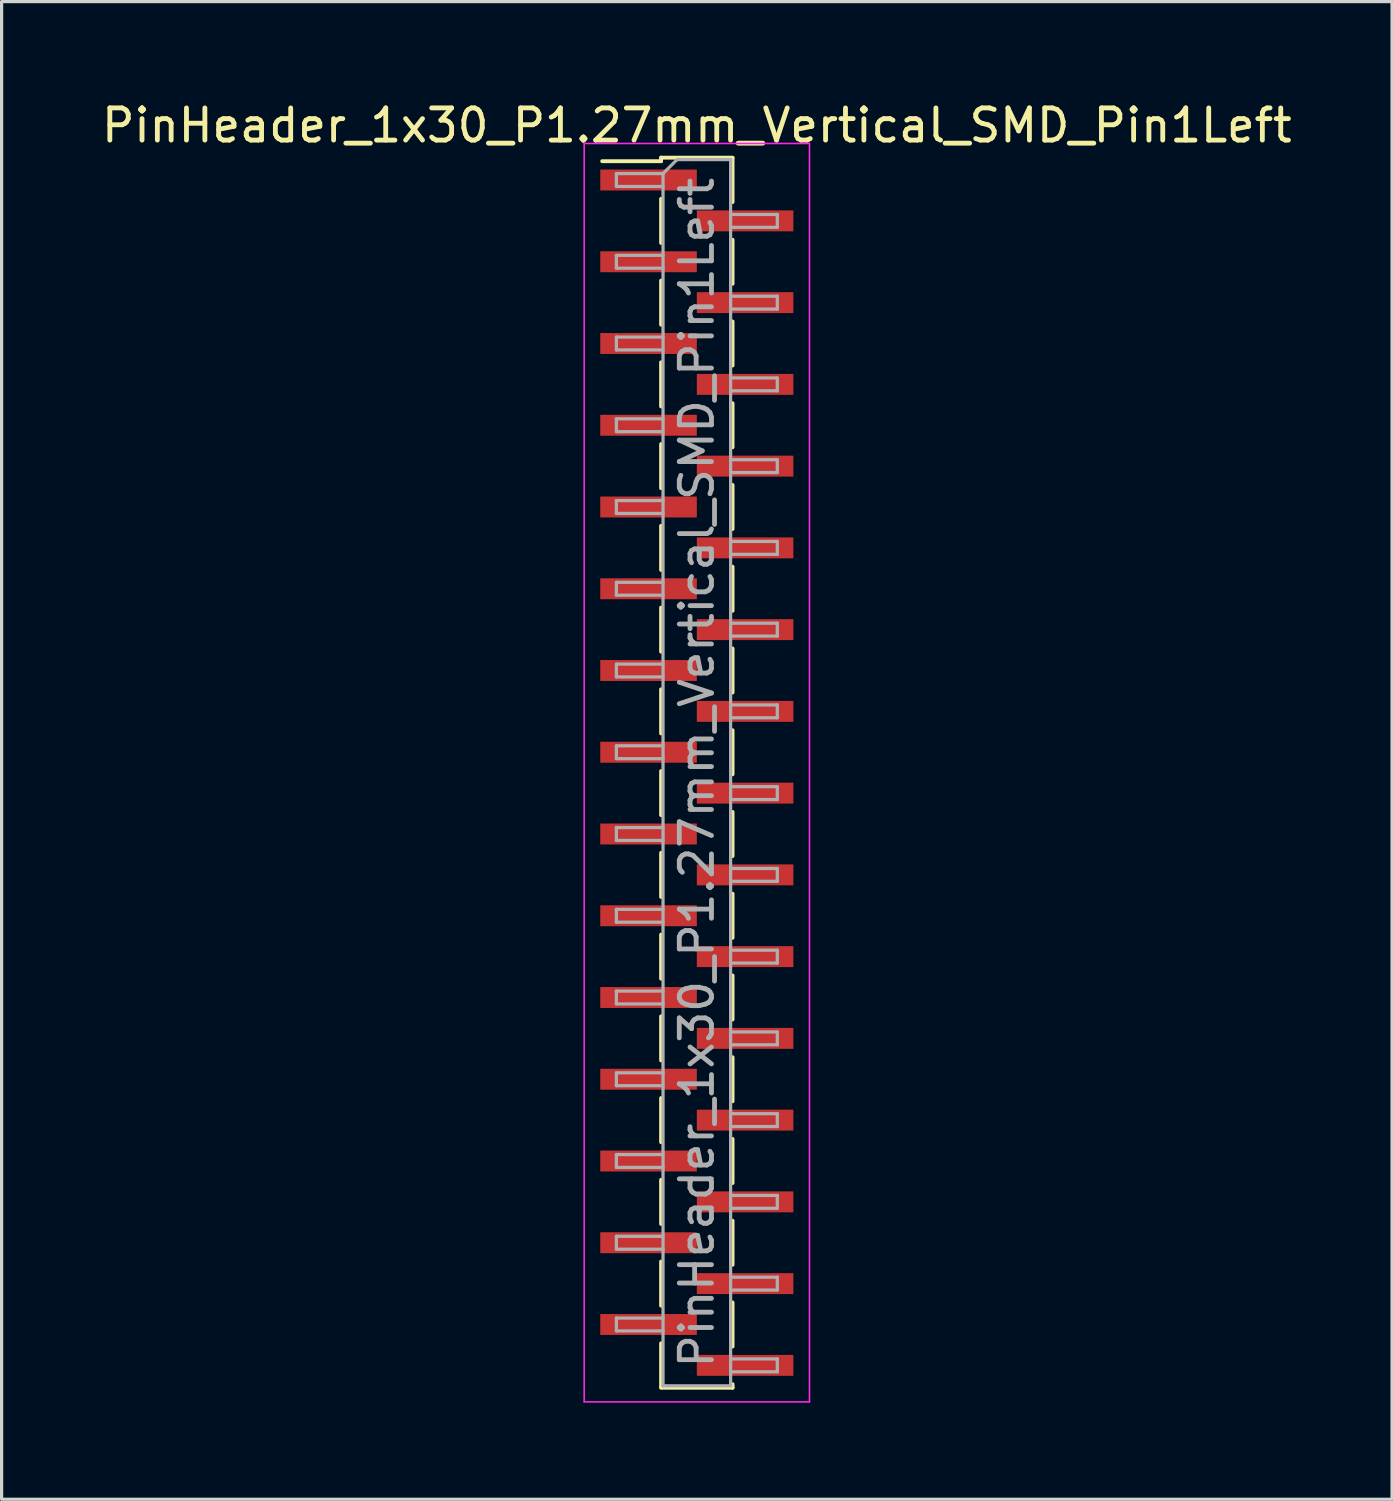
<source format=kicad_pcb>
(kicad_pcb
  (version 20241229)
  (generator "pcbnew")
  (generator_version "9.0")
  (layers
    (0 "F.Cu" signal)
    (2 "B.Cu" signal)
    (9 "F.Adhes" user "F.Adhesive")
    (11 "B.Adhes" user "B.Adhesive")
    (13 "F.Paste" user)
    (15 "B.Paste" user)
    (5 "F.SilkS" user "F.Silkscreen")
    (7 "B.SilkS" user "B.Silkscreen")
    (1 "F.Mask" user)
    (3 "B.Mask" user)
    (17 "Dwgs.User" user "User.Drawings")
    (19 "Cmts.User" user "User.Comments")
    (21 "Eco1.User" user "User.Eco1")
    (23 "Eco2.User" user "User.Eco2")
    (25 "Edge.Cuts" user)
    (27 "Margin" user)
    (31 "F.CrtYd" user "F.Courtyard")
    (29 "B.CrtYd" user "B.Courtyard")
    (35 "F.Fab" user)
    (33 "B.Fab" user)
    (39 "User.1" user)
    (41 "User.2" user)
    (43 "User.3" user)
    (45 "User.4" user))
  (footprint "PinHeader_1x30_P1.27mm_Vertical_SMD_Pin1Left"
    (layer "F.Cu")
    (at 18.601 20.958)
    (property "Reference" "PinHeader_1x30_P1.27mm_Vertical_SMD_Pin1Left" (at 0 -20.11 0) (layer "F.SilkS") (effects (font (size 1 1) (thickness 0.15))))
    (attr smd)
    (fp_line (start -1.11 -19.11) (end -1.11 -19) (stroke (width 0.12) (type solid)) (layer "F.SilkS"))
    (fp_line (start -1.11 -19.11) (end 1.11 -19.11) (stroke (width 0.12) (type solid)) (layer "F.SilkS"))
    (fp_line (start -1.11 -19) (end -2.94 -19) (stroke (width 0.12) (type solid)) (layer "F.SilkS"))
    (fp_line (start -1.11 -17.83) (end -1.11 -16.46) (stroke (width 0.12) (type solid)) (layer "F.SilkS"))
    (fp_line (start -1.11 -15.29) (end -1.11 -13.92) (stroke (width 0.12) (type solid)) (layer "F.SilkS"))
    (fp_line (start -1.11 -12.75) (end -1.11 -11.38) (stroke (width 0.12) (type solid)) (layer "F.SilkS"))
    (fp_line (start -1.11 -10.21) (end -1.11 -8.84) (stroke (width 0.12) (type solid)) (layer "F.SilkS"))
    (fp_line (start -1.11 -7.67) (end -1.11 -6.3) (stroke (width 0.12) (type solid)) (layer "F.SilkS"))
    (fp_line (start -1.11 -5.13) (end -1.11 -3.76) (stroke (width 0.12) (type solid)) (layer "F.SilkS"))
    (fp_line (start -1.11 -2.59) (end -1.11 -1.22) (stroke (width 0.12) (type solid)) (layer "F.SilkS"))
    (fp_line (start -1.11 -0.05) (end -1.11 1.32) (stroke (width 0.12) (type solid)) (layer "F.SilkS"))
    (fp_line (start -1.11 2.49) (end -1.11 3.86) (stroke (width 0.12) (type solid)) (layer "F.SilkS"))
    (fp_line (start -1.11 5.03) (end -1.11 6.4) (stroke (width 0.12) (type solid)) (layer "F.SilkS"))
    (fp_line (start -1.11 7.57) (end -1.11 8.94) (stroke (width 0.12) (type solid)) (layer "F.SilkS"))
    (fp_line (start -1.11 10.11) (end -1.11 11.48) (stroke (width 0.12) (type solid)) (layer "F.SilkS"))
    (fp_line (start -1.11 12.65) (end -1.11 14.02) (stroke (width 0.12) (type solid)) (layer "F.SilkS"))
    (fp_line (start -1.11 15.19) (end -1.11 16.56) (stroke (width 0.12) (type solid)) (layer "F.SilkS"))
    (fp_line (start -1.11 17.73) (end -1.11 19.1) (stroke (width 0.12) (type solid)) (layer "F.SilkS"))
    (fp_line (start -1.11 19.11) (end 1.11 19.11) (stroke (width 0.12) (type solid)) (layer "F.SilkS"))
    (fp_line (start 1.11 -19.1) (end 1.11 -17.73) (stroke (width 0.12) (type solid)) (layer "F.SilkS"))
    (fp_line (start 1.11 -16.56) (end 1.11 -15.19) (stroke (width 0.12) (type solid)) (layer "F.SilkS"))
    (fp_line (start 1.11 -14.02) (end 1.11 -12.65) (stroke (width 0.12) (type solid)) (layer "F.SilkS"))
    (fp_line (start 1.11 -11.48) (end 1.11 -10.11) (stroke (width 0.12) (type solid)) (layer "F.SilkS"))
    (fp_line (start 1.11 -8.94) (end 1.11 -7.57) (stroke (width 0.12) (type solid)) (layer "F.SilkS"))
    (fp_line (start 1.11 -6.4) (end 1.11 -5.03) (stroke (width 0.12) (type solid)) (layer "F.SilkS"))
    (fp_line (start 1.11 -3.86) (end 1.11 -2.49) (stroke (width 0.12) (type solid)) (layer "F.SilkS"))
    (fp_line (start 1.11 -1.32) (end 1.11 0.05) (stroke (width 0.12) (type solid)) (layer "F.SilkS"))
    (fp_line (start 1.11 1.22) (end 1.11 2.59) (stroke (width 0.12) (type solid)) (layer "F.SilkS"))
    (fp_line (start 1.11 3.76) (end 1.11 5.13) (stroke (width 0.12) (type solid)) (layer "F.SilkS"))
    (fp_line (start 1.11 6.3) (end 1.11 7.67) (stroke (width 0.12) (type solid)) (layer "F.SilkS"))
    (fp_line (start 1.11 8.84) (end 1.11 10.21) (stroke (width 0.12) (type solid)) (layer "F.SilkS"))
    (fp_line (start 1.11 11.38) (end 1.11 12.75) (stroke (width 0.12) (type solid)) (layer "F.SilkS"))
    (fp_line (start 1.11 13.92) (end 1.11 15.29) (stroke (width 0.12) (type solid)) (layer "F.SilkS"))
    (fp_line (start 1.11 16.46) (end 1.11 17.83) (stroke (width 0.12) (type solid)) (layer "F.SilkS"))
    (fp_line (start 1.11 19) (end 1.11 19.11) (stroke (width 0.12) (type solid)) (layer "F.SilkS"))
    (fp_line (start -3.5 -19.55) (end -3.5 19.55) (stroke (width 0.05) (type solid)) (layer "F.CrtYd"))
    (fp_line (start -3.5 19.55) (end 3.5 19.55) (stroke (width 0.05) (type solid)) (layer "F.CrtYd"))
    (fp_line (start 3.5 -19.55) (end -3.5 -19.55) (stroke (width 0.05) (type solid)) (layer "F.CrtYd"))
    (fp_line (start 3.5 19.55) (end 3.5 -19.55) (stroke (width 0.05) (type solid)) (layer "F.CrtYd"))
    (fp_line (start -2.5 -18.615) (end -2.5 -18.215) (stroke (width 0.1) (type solid)) (layer "F.Fab"))
    (fp_line (start -2.5 -18.215) (end -1.05 -18.215) (stroke (width 0.1) (type solid)) (layer "F.Fab"))
    (fp_line (start -2.5 -16.075) (end -2.5 -15.675) (stroke (width 0.1) (type solid)) (layer "F.Fab"))
    (fp_line (start -2.5 -15.675) (end -1.05 -15.675) (stroke (width 0.1) (type solid)) (layer "F.Fab"))
    (fp_line (start -2.5 -13.535) (end -2.5 -13.135) (stroke (width 0.1) (type solid)) (layer "F.Fab"))
    (fp_line (start -2.5 -13.135) (end -1.05 -13.135) (stroke (width 0.1) (type solid)) (layer "F.Fab"))
    (fp_line (start -2.5 -10.995) (end -2.5 -10.595) (stroke (width 0.1) (type solid)) (layer "F.Fab"))
    (fp_line (start -2.5 -10.595) (end -1.05 -10.595) (stroke (width 0.1) (type solid)) (layer "F.Fab"))
    (fp_line (start -2.5 -8.455) (end -2.5 -8.055) (stroke (width 0.1) (type solid)) (layer "F.Fab"))
    (fp_line (start -2.5 -8.055) (end -1.05 -8.055) (stroke (width 0.1) (type solid)) (layer "F.Fab"))
    (fp_line (start -2.5 -5.915) (end -2.5 -5.515) (stroke (width 0.1) (type solid)) (layer "F.Fab"))
    (fp_line (start -2.5 -5.515) (end -1.05 -5.515) (stroke (width 0.1) (type solid)) (layer "F.Fab"))
    (fp_line (start -2.5 -3.375) (end -2.5 -2.975) (stroke (width 0.1) (type solid)) (layer "F.Fab"))
    (fp_line (start -2.5 -2.975) (end -1.05 -2.975) (stroke (width 0.1) (type solid)) (layer "F.Fab"))
    (fp_line (start -2.5 -0.835) (end -2.5 -0.435) (stroke (width 0.1) (type solid)) (layer "F.Fab"))
    (fp_line (start -2.5 -0.435) (end -1.05 -0.435) (stroke (width 0.1) (type solid)) (layer "F.Fab"))
    (fp_line (start -2.5 1.705) (end -2.5 2.105) (stroke (width 0.1) (type solid)) (layer "F.Fab"))
    (fp_line (start -2.5 2.105) (end -1.05 2.105) (stroke (width 0.1) (type solid)) (layer "F.Fab"))
    (fp_line (start -2.5 4.245) (end -2.5 4.645) (stroke (width 0.1) (type solid)) (layer "F.Fab"))
    (fp_line (start -2.5 4.645) (end -1.05 4.645) (stroke (width 0.1) (type solid)) (layer "F.Fab"))
    (fp_line (start -2.5 6.785) (end -2.5 7.185) (stroke (width 0.1) (type solid)) (layer "F.Fab"))
    (fp_line (start -2.5 7.185) (end -1.05 7.185) (stroke (width 0.1) (type solid)) (layer "F.Fab"))
    (fp_line (start -2.5 9.325) (end -2.5 9.725) (stroke (width 0.1) (type solid)) (layer "F.Fab"))
    (fp_line (start -2.5 9.725) (end -1.05 9.725) (stroke (width 0.1) (type solid)) (layer "F.Fab"))
    (fp_line (start -2.5 11.865) (end -2.5 12.265) (stroke (width 0.1) (type solid)) (layer "F.Fab"))
    (fp_line (start -2.5 12.265) (end -1.05 12.265) (stroke (width 0.1) (type solid)) (layer "F.Fab"))
    (fp_line (start -2.5 14.405) (end -2.5 14.805) (stroke (width 0.1) (type solid)) (layer "F.Fab"))
    (fp_line (start -2.5 14.805) (end -1.05 14.805) (stroke (width 0.1) (type solid)) (layer "F.Fab"))
    (fp_line (start -2.5 16.945) (end -2.5 17.345) (stroke (width 0.1) (type solid)) (layer "F.Fab"))
    (fp_line (start -2.5 17.345) (end -1.05 17.345) (stroke (width 0.1) (type solid)) (layer "F.Fab"))
    (fp_line (start -1.05 -18.615) (end -2.5 -18.615) (stroke (width 0.1) (type solid)) (layer "F.Fab"))
    (fp_line (start -1.05 -18.615) (end -0.615 -19.05) (stroke (width 0.1) (type solid)) (layer "F.Fab"))
    (fp_line (start -1.05 -16.075) (end -2.5 -16.075) (stroke (width 0.1) (type solid)) (layer "F.Fab"))
    (fp_line (start -1.05 -13.535) (end -2.5 -13.535) (stroke (width 0.1) (type solid)) (layer "F.Fab"))
    (fp_line (start -1.05 -10.995) (end -2.5 -10.995) (stroke (width 0.1) (type solid)) (layer "F.Fab"))
    (fp_line (start -1.05 -8.455) (end -2.5 -8.455) (stroke (width 0.1) (type solid)) (layer "F.Fab"))
    (fp_line (start -1.05 -5.915) (end -2.5 -5.915) (stroke (width 0.1) (type solid)) (layer "F.Fab"))
    (fp_line (start -1.05 -3.375) (end -2.5 -3.375) (stroke (width 0.1) (type solid)) (layer "F.Fab"))
    (fp_line (start -1.05 -0.835) (end -2.5 -0.835) (stroke (width 0.1) (type solid)) (layer "F.Fab"))
    (fp_line (start -1.05 1.705) (end -2.5 1.705) (stroke (width 0.1) (type solid)) (layer "F.Fab"))
    (fp_line (start -1.05 4.245) (end -2.5 4.245) (stroke (width 0.1) (type solid)) (layer "F.Fab"))
    (fp_line (start -1.05 6.785) (end -2.5 6.785) (stroke (width 0.1) (type solid)) (layer "F.Fab"))
    (fp_line (start -1.05 9.325) (end -2.5 9.325) (stroke (width 0.1) (type solid)) (layer "F.Fab"))
    (fp_line (start -1.05 11.865) (end -2.5 11.865) (stroke (width 0.1) (type solid)) (layer "F.Fab"))
    (fp_line (start -1.05 14.405) (end -2.5 14.405) (stroke (width 0.1) (type solid)) (layer "F.Fab"))
    (fp_line (start -1.05 16.945) (end -2.5 16.945) (stroke (width 0.1) (type solid)) (layer "F.Fab"))
    (fp_line (start -1.05 19.05) (end -1.05 -18.615) (stroke (width 0.1) (type solid)) (layer "F.Fab"))
    (fp_line (start -0.615 -19.05) (end 1.05 -19.05) (stroke (width 0.1) (type solid)) (layer "F.Fab"))
    (fp_line (start 1.05 -19.05) (end 1.05 19.05) (stroke (width 0.1) (type solid)) (layer "F.Fab"))
    (fp_line (start 1.05 -17.345) (end 2.5 -17.345) (stroke (width 0.1) (type solid)) (layer "F.Fab"))
    (fp_line (start 1.05 -14.805) (end 2.5 -14.805) (stroke (width 0.1) (type solid)) (layer "F.Fab"))
    (fp_line (start 1.05 -12.265) (end 2.5 -12.265) (stroke (width 0.1) (type solid)) (layer "F.Fab"))
    (fp_line (start 1.05 -9.725) (end 2.5 -9.725) (stroke (width 0.1) (type solid)) (layer "F.Fab"))
    (fp_line (start 1.05 -7.185) (end 2.5 -7.185) (stroke (width 0.1) (type solid)) (layer "F.Fab"))
    (fp_line (start 1.05 -4.645) (end 2.5 -4.645) (stroke (width 0.1) (type solid)) (layer "F.Fab"))
    (fp_line (start 1.05 -2.105) (end 2.5 -2.105) (stroke (width 0.1) (type solid)) (layer "F.Fab"))
    (fp_line (start 1.05 0.435) (end 2.5 0.435) (stroke (width 0.1) (type solid)) (layer "F.Fab"))
    (fp_line (start 1.05 2.975) (end 2.5 2.975) (stroke (width 0.1) (type solid)) (layer "F.Fab"))
    (fp_line (start 1.05 5.515) (end 2.5 5.515) (stroke (width 0.1) (type solid)) (layer "F.Fab"))
    (fp_line (start 1.05 8.055) (end 2.5 8.055) (stroke (width 0.1) (type solid)) (layer "F.Fab"))
    (fp_line (start 1.05 10.595) (end 2.5 10.595) (stroke (width 0.1) (type solid)) (layer "F.Fab"))
    (fp_line (start 1.05 13.135) (end 2.5 13.135) (stroke (width 0.1) (type solid)) (layer "F.Fab"))
    (fp_line (start 1.05 15.675) (end 2.5 15.675) (stroke (width 0.1) (type solid)) (layer "F.Fab"))
    (fp_line (start 1.05 18.215) (end 2.5 18.215) (stroke (width 0.1) (type solid)) (layer "F.Fab"))
    (fp_line (start 1.05 19.05) (end -1.05 19.05) (stroke (width 0.1) (type solid)) (layer "F.Fab"))
    (fp_line (start 2.5 -17.345) (end 2.5 -16.945) (stroke (width 0.1) (type solid)) (layer "F.Fab"))
    (fp_line (start 2.5 -16.945) (end 1.05 -16.945) (stroke (width 0.1) (type solid)) (layer "F.Fab"))
    (fp_line (start 2.5 -14.805) (end 2.5 -14.405) (stroke (width 0.1) (type solid)) (layer "F.Fab"))
    (fp_line (start 2.5 -14.405) (end 1.05 -14.405) (stroke (width 0.1) (type solid)) (layer "F.Fab"))
    (fp_line (start 2.5 -12.265) (end 2.5 -11.865) (stroke (width 0.1) (type solid)) (layer "F.Fab"))
    (fp_line (start 2.5 -11.865) (end 1.05 -11.865) (stroke (width 0.1) (type solid)) (layer "F.Fab"))
    (fp_line (start 2.5 -9.725) (end 2.5 -9.325) (stroke (width 0.1) (type solid)) (layer "F.Fab"))
    (fp_line (start 2.5 -9.325) (end 1.05 -9.325) (stroke (width 0.1) (type solid)) (layer "F.Fab"))
    (fp_line (start 2.5 -7.185) (end 2.5 -6.785) (stroke (width 0.1) (type solid)) (layer "F.Fab"))
    (fp_line (start 2.5 -6.785) (end 1.05 -6.785) (stroke (width 0.1) (type solid)) (layer "F.Fab"))
    (fp_line (start 2.5 -4.645) (end 2.5 -4.245) (stroke (width 0.1) (type solid)) (layer "F.Fab"))
    (fp_line (start 2.5 -4.245) (end 1.05 -4.245) (stroke (width 0.1) (type solid)) (layer "F.Fab"))
    (fp_line (start 2.5 -2.105) (end 2.5 -1.705) (stroke (width 0.1) (type solid)) (layer "F.Fab"))
    (fp_line (start 2.5 -1.705) (end 1.05 -1.705) (stroke (width 0.1) (type solid)) (layer "F.Fab"))
    (fp_line (start 2.5 0.435) (end 2.5 0.835) (stroke (width 0.1) (type solid)) (layer "F.Fab"))
    (fp_line (start 2.5 0.835) (end 1.05 0.835) (stroke (width 0.1) (type solid)) (layer "F.Fab"))
    (fp_line (start 2.5 2.975) (end 2.5 3.375) (stroke (width 0.1) (type solid)) (layer "F.Fab"))
    (fp_line (start 2.5 3.375) (end 1.05 3.375) (stroke (width 0.1) (type solid)) (layer "F.Fab"))
    (fp_line (start 2.5 5.515) (end 2.5 5.915) (stroke (width 0.1) (type solid)) (layer "F.Fab"))
    (fp_line (start 2.5 5.915) (end 1.05 5.915) (stroke (width 0.1) (type solid)) (layer "F.Fab"))
    (fp_line (start 2.5 8.055) (end 2.5 8.455) (stroke (width 0.1) (type solid)) (layer "F.Fab"))
    (fp_line (start 2.5 8.455) (end 1.05 8.455) (stroke (width 0.1) (type solid)) (layer "F.Fab"))
    (fp_line (start 2.5 10.595) (end 2.5 10.995) (stroke (width 0.1) (type solid)) (layer "F.Fab"))
    (fp_line (start 2.5 10.995) (end 1.05 10.995) (stroke (width 0.1) (type solid)) (layer "F.Fab"))
    (fp_line (start 2.5 13.135) (end 2.5 13.535) (stroke (width 0.1) (type solid)) (layer "F.Fab"))
    (fp_line (start 2.5 13.535) (end 1.05 13.535) (stroke (width 0.1) (type solid)) (layer "F.Fab"))
    (fp_line (start 2.5 15.675) (end 2.5 16.075) (stroke (width 0.1) (type solid)) (layer "F.Fab"))
    (fp_line (start 2.5 16.075) (end 1.05 16.075) (stroke (width 0.1) (type solid)) (layer "F.Fab"))
    (fp_line (start 2.5 18.215) (end 2.5 18.615) (stroke (width 0.1) (type solid)) (layer "F.Fab"))
    (fp_line (start 2.5 18.615) (end 1.05 18.615) (stroke (width 0.1) (type solid)) (layer "F.Fab"))
    (fp_text user "${REFERENCE}" (at 0 0 90) (layer "F.Fab") (effects (font (size 1 1) (thickness 0.15))))
    (pad "1" smd rect (at -1.5 -18.415) (size 3 0.65) (layers "F.Cu" "F.Mask" "F.Paste"))
    (pad "2" smd rect (at 1.5 -17.145) (size 3 0.65) (layers "F.Cu" "F.Mask" "F.Paste"))
    (pad "3" smd rect (at -1.5 -15.875) (size 3 0.65) (layers "F.Cu" "F.Mask" "F.Paste"))
    (pad "4" smd rect (at 1.5 -14.605) (size 3 0.65) (layers "F.Cu" "F.Mask" "F.Paste"))
    (pad "5" smd rect (at -1.5 -13.335) (size 3 0.65) (layers "F.Cu" "F.Mask" "F.Paste"))
    (pad "6" smd rect (at 1.5 -12.065) (size 3 0.65) (layers "F.Cu" "F.Mask" "F.Paste"))
    (pad "7" smd rect (at -1.5 -10.795) (size 3 0.65) (layers "F.Cu" "F.Mask" "F.Paste"))
    (pad "8" smd rect (at 1.5 -9.525) (size 3 0.65) (layers "F.Cu" "F.Mask" "F.Paste"))
    (pad "9" smd rect (at -1.5 -8.255) (size 3 0.65) (layers "F.Cu" "F.Mask" "F.Paste"))
    (pad "10" smd rect (at 1.5 -6.985) (size 3 0.65) (layers "F.Cu" "F.Mask" "F.Paste"))
    (pad "11" smd rect (at -1.5 -5.715) (size 3 0.65) (layers "F.Cu" "F.Mask" "F.Paste"))
    (pad "12" smd rect (at 1.5 -4.445) (size 3 0.65) (layers "F.Cu" "F.Mask" "F.Paste"))
    (pad "13" smd rect (at -1.5 -3.175) (size 3 0.65) (layers "F.Cu" "F.Mask" "F.Paste"))
    (pad "14" smd rect (at 1.5 -1.905) (size 3 0.65) (layers "F.Cu" "F.Mask" "F.Paste"))
    (pad "15" smd rect (at -1.5 -0.635) (size 3 0.65) (layers "F.Cu" "F.Mask" "F.Paste"))
    (pad "16" smd rect (at 1.5 0.635) (size 3 0.65) (layers "F.Cu" "F.Mask" "F.Paste"))
    (pad "17" smd rect (at -1.5 1.905) (size 3 0.65) (layers "F.Cu" "F.Mask" "F.Paste"))
    (pad "18" smd rect (at 1.5 3.175) (size 3 0.65) (layers "F.Cu" "F.Mask" "F.Paste"))
    (pad "19" smd rect (at -1.5 4.445) (size 3 0.65) (layers "F.Cu" "F.Mask" "F.Paste"))
    (pad "20" smd rect (at 1.5 5.715) (size 3 0.65) (layers "F.Cu" "F.Mask" "F.Paste"))
    (pad "21" smd rect (at -1.5 6.985) (size 3 0.65) (layers "F.Cu" "F.Mask" "F.Paste"))
    (pad "22" smd rect (at 1.5 8.255) (size 3 0.65) (layers "F.Cu" "F.Mask" "F.Paste"))
    (pad "23" smd rect (at -1.5 9.525) (size 3 0.65) (layers "F.Cu" "F.Mask" "F.Paste"))
    (pad "24" smd rect (at 1.5 10.795) (size 3 0.65) (layers "F.Cu" "F.Mask" "F.Paste"))
    (pad "25" smd rect (at -1.5 12.065) (size 3 0.65) (layers "F.Cu" "F.Mask" "F.Paste"))
    (pad "26" smd rect (at 1.5 13.335) (size 3 0.65) (layers "F.Cu" "F.Mask" "F.Paste"))
    (pad "27" smd rect (at -1.5 14.605) (size 3 0.65) (layers "F.Cu" "F.Mask" "F.Paste"))
    (pad "28" smd rect (at 1.5 15.875) (size 3 0.65) (layers "F.Cu" "F.Mask" "F.Paste"))
    (pad "29" smd rect (at -1.5 17.145) (size 3 0.65) (layers "F.Cu" "F.Mask" "F.Paste"))
    (pad "30" smd rect (at 1.5 18.415) (size 3 0.65) (layers "F.Cu" "F.Mask" "F.Paste")))
  (gr_rect
    (start -3 -3)
    (end 40.202 43.533)
    (stroke (width 0.1) (type default))
    (fill no)
    (layer "Edge.Cuts")))
</source>
